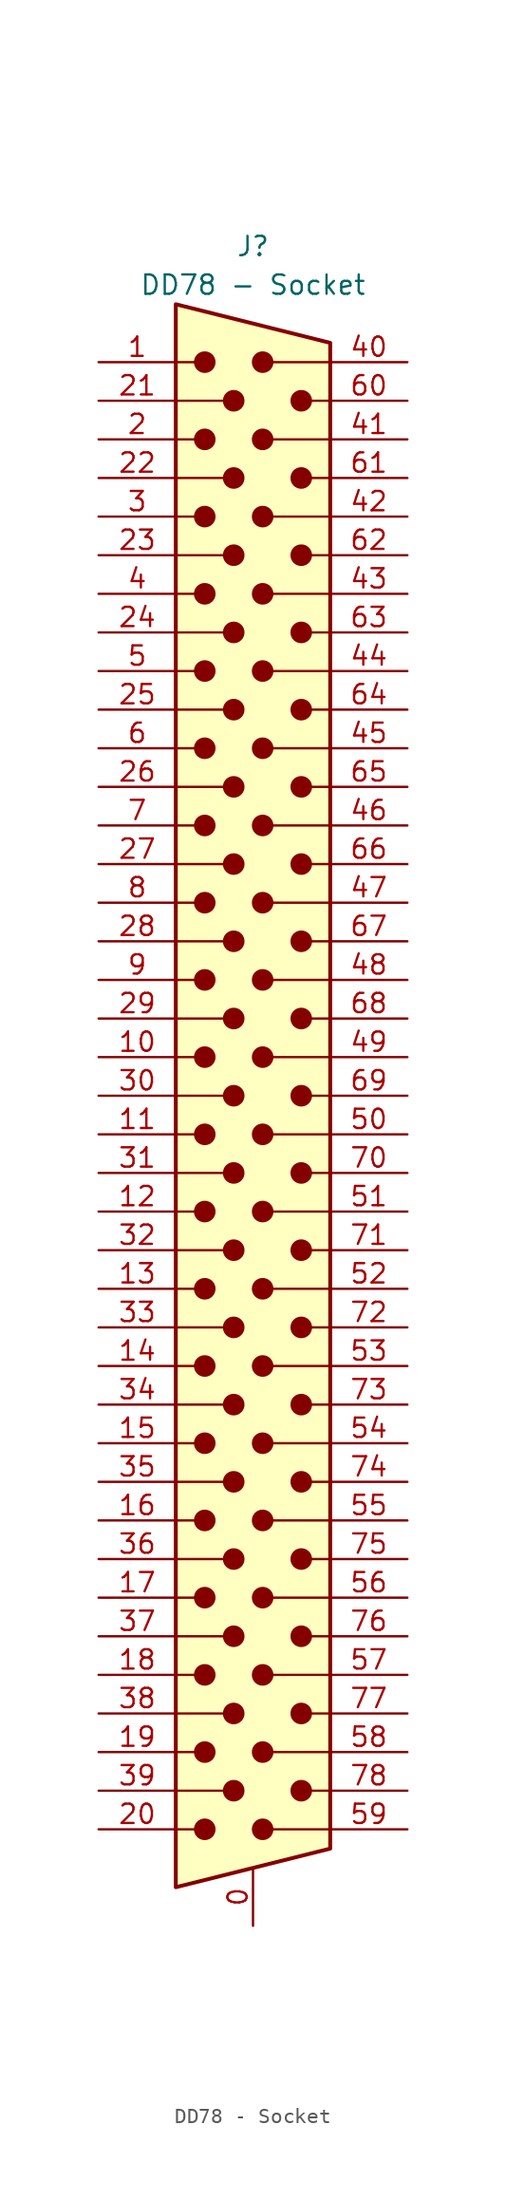
<source format=kicad_sym>
(kicad_symbol_lib
  (version 20211014)
  (generator kicad_symbol_editor)
  (symbol "DD78 - Socket"
    (pin_names
      (offset 1.016) hide)
    (property "Reference" "J"
      (at 0 55.88 0)
      (effects (font (size 1.27 1.27))))
    (property "Value" "DD78 - Socket"
      (at 0 53.34 0)
      (effects (font (size 1.27 1.27))))
    (symbol "DD78 - Socket_0_1"
      (circle (center -3.175 -48.26) (radius 0.635) (stroke (width 0) (type default) (color 0 0 0 0)) (fill (type outline)))
      (circle (center -3.175 -43.18) (radius 0.635) (stroke (width 0) (type default) (color 0 0 0 0)) (fill (type outline)))
      (circle (center -3.175 -38.1) (radius 0.635) (stroke (width 0) (type default) (color 0 0 0 0)) (fill (type outline)))
      (circle (center -3.175 -33.02) (radius 0.635) (stroke (width 0) (type default) (color 0 0 0 0)) (fill (type outline)))
      (circle (center -3.175 -27.94) (radius 0.635) (stroke (width 0) (type default) (color 0 0 0 0)) (fill (type outline)))
      (circle (center -3.175 -22.86) (radius 0.635) (stroke (width 0) (type default) (color 0 0 0 0)) (fill (type outline)))
      (circle (center -3.175 -17.78) (radius 0.635) (stroke (width 0) (type default) (color 0 0 0 0)) (fill (type outline)))
      (circle (center -3.175 -12.7) (radius 0.635) (stroke (width 0) (type default) (color 0 0 0 0)) (fill (type outline)))
      (circle (center -3.175 -7.62) (radius 0.635) (stroke (width 0) (type default) (color 0 0 0 0)) (fill (type outline)))
      (circle (center -3.175 -2.54) (radius 0.635) (stroke (width 0) (type default) (color 0 0 0 0)) (fill (type outline)))
      (circle (center -3.175 2.54) (radius 0.635) (stroke (width 0) (type default) (color 0 0 0 0)) (fill (type outline)))
      (circle (center -3.175 7.62) (radius 0.635) (stroke (width 0) (type default) (color 0 0 0 0)) (fill (type outline)))
      (circle (center -3.175 12.7) (radius 0.635) (stroke (width 0) (type default) (color 0 0 0 0)) (fill (type outline)))
      (circle (center -3.175 17.78) (radius 0.635) (stroke (width 0) (type default) (color 0 0 0 0)) (fill (type outline)))
      (circle (center -3.175 22.86) (radius 0.635) (stroke (width 0) (type default) (color 0 0 0 0)) (fill (type outline)))
      (circle (center -3.175 27.94) (radius 0.635) (stroke (width 0) (type default) (color 0 0 0 0)) (fill (type outline)))
      (circle (center -3.175 33.02) (radius 0.635) (stroke (width 0) (type default) (color 0 0 0 0)) (fill (type outline)))
      (circle (center -3.175 38.1) (radius 0.635) (stroke (width 0) (type default) (color 0 0 0 0)) (fill (type outline)))
      (circle (center -3.175 43.18) (radius 0.635) (stroke (width 0) (type default) (color 0 0 0 0)) (fill (type outline)))
      (circle (center -3.175 48.26) (radius 0.635) (stroke (width 0) (type default) (color 0 0 0 0)) (fill (type outline)))
      (circle (center -1.27 -45.72) (radius 0.635) (stroke (width 0) (type default) (color 0 0 0 0)) (fill (type outline)))
      (circle (center -1.27 -40.64) (radius 0.635) (stroke (width 0) (type default) (color 0 0 0 0)) (fill (type outline)))
      (circle (center -1.27 -35.56) (radius 0.635) (stroke (width 0) (type default) (color 0 0 0 0)) (fill (type outline)))
      (circle (center -1.27 -30.48) (radius 0.635) (stroke (width 0) (type default) (color 0 0 0 0)) (fill (type outline)))
      (circle (center -1.27 -25.4) (radius 0.635) (stroke (width 0) (type default) (color 0 0 0 0)) (fill (type outline)))
      (circle (center -1.27 -20.32) (radius 0.635) (stroke (width 0) (type default) (color 0 0 0 0)) (fill (type outline)))
      (circle (center -1.27 -15.24) (radius 0.635) (stroke (width 0) (type default) (color 0 0 0 0)) (fill (type outline)))
      (circle (center -1.27 -10.16) (radius 0.635) (stroke (width 0) (type default) (color 0 0 0 0)) (fill (type outline)))
      (circle (center -1.27 -5.08) (radius 0.635) (stroke (width 0) (type default) (color 0 0 0 0)) (fill (type outline)))
      (circle (center -1.27 0) (radius 0.635) (stroke (width 0) (type default) (color 0 0 0 0)) (fill (type outline)))
      (circle (center -1.27 5.08) (radius 0.635) (stroke (width 0) (type default) (color 0 0 0 0)) (fill (type outline)))
      (circle (center -1.27 10.16) (radius 0.635) (stroke (width 0) (type default) (color 0 0 0 0)) (fill (type outline)))
      (circle (center -1.27 15.24) (radius 0.635) (stroke (width 0) (type default) (color 0 0 0 0)) (fill (type outline)))
      (circle (center -1.27 20.32) (radius 0.635) (stroke (width 0) (type default) (color 0 0 0 0)) (fill (type outline)))
      (circle (center -1.27 25.4) (radius 0.635) (stroke (width 0) (type default) (color 0 0 0 0)) (fill (type outline)))
      (circle (center -1.27 30.48) (radius 0.635) (stroke (width 0) (type default) (color 0 0 0 0)) (fill (type outline)))
      (circle (center -1.27 35.56) (radius 0.635) (stroke (width 0) (type default) (color 0 0 0 0)) (fill (type outline)))
      (circle (center -1.27 40.64) (radius 0.635) (stroke (width 0) (type default) (color 0 0 0 0)) (fill (type outline)))
      (circle (center -1.27 45.72) (radius 0.635) (stroke (width 0) (type default) (color 0 0 0 0)) (fill (type outline)))
      (polyline (pts (xy -3.81 -48.26) (xy -5.08 -48.26)) (stroke (width 0) (type default) (color 0 0 0 0)) (fill (type none)))
      (polyline (pts (xy -3.81 -43.18) (xy -5.08 -43.18)) (stroke (width 0) (type default) (color 0 0 0 0)) (fill (type none)))
      (polyline (pts (xy -3.81 -38.1) (xy -5.08 -38.1)) (stroke (width 0) (type default) (color 0 0 0 0)) (fill (type none)))
      (polyline (pts (xy -3.81 -33.02) (xy -5.08 -33.02)) (stroke (width 0) (type default) (color 0 0 0 0)) (fill (type none)))
      (polyline (pts (xy -3.81 -27.94) (xy -5.08 -27.94)) (stroke (width 0) (type default) (color 0 0 0 0)) (fill (type none)))
      (polyline (pts (xy -3.81 -22.86) (xy -5.08 -22.86)) (stroke (width 0) (type default) (color 0 0 0 0)) (fill (type none)))
      (polyline (pts (xy -3.81 -17.78) (xy -5.08 -17.78)) (stroke (width 0) (type default) (color 0 0 0 0)) (fill (type none)))
      (polyline (pts (xy -3.81 -12.7) (xy -5.08 -12.7)) (stroke (width 0) (type default) (color 0 0 0 0)) (fill (type none)))
      (polyline (pts (xy -3.81 -7.62) (xy -5.08 -7.62)) (stroke (width 0) (type default) (color 0 0 0 0)) (fill (type none)))
      (polyline (pts (xy -3.81 -2.54) (xy -5.08 -2.54)) (stroke (width 0) (type default) (color 0 0 0 0)) (fill (type none)))
      (polyline (pts (xy -3.81 2.54) (xy -5.08 2.54)) (stroke (width 0) (type default) (color 0 0 0 0)) (fill (type none)))
      (polyline (pts (xy -3.81 7.62) (xy -5.08 7.62)) (stroke (width 0) (type default) (color 0 0 0 0)) (fill (type none)))
      (polyline (pts (xy -3.81 12.7) (xy -5.08 12.7)) (stroke (width 0) (type default) (color 0 0 0 0)) (fill (type none)))
      (polyline (pts (xy -3.81 17.78) (xy -5.08 17.78)) (stroke (width 0) (type default) (color 0 0 0 0)) (fill (type none)))
      (polyline (pts (xy -3.81 22.86) (xy -5.08 22.86)) (stroke (width 0) (type default) (color 0 0 0 0)) (fill (type none)))
      (polyline (pts (xy -3.81 27.94) (xy -5.08 27.94)) (stroke (width 0) (type default) (color 0 0 0 0)) (fill (type none)))
      (polyline (pts (xy -3.81 33.02) (xy -5.08 33.02)) (stroke (width 0) (type default) (color 0 0 0 0)) (fill (type none)))
      (polyline (pts (xy -3.81 38.1) (xy -5.08 38.1)) (stroke (width 0) (type default) (color 0 0 0 0)) (fill (type none)))
      (polyline (pts (xy -3.81 43.18) (xy -5.08 43.18)) (stroke (width 0) (type default) (color 0 0 0 0)) (fill (type none)))
      (polyline (pts (xy -3.81 48.26) (xy -5.08 48.26)) (stroke (width 0) (type default) (color 0 0 0 0)) (fill (type none)))
      (polyline (pts (xy -1.27 -45.72) (xy -5.08 -45.72)) (stroke (width 0) (type default) (color 0 0 0 0)) (fill (type none)))
      (polyline (pts (xy -1.27 -40.64) (xy -5.08 -40.64)) (stroke (width 0) (type default) (color 0 0 0 0)) (fill (type none)))
      (polyline (pts (xy -1.27 -35.56) (xy -5.08 -35.56)) (stroke (width 0) (type default) (color 0 0 0 0)) (fill (type none)))
      (polyline (pts (xy -1.27 -30.48) (xy -5.08 -30.48)) (stroke (width 0) (type default) (color 0 0 0 0)) (fill (type none)))
      (polyline (pts (xy -1.27 -25.4) (xy -5.08 -25.4)) (stroke (width 0) (type default) (color 0 0 0 0)) (fill (type none)))
      (polyline (pts (xy -1.27 -20.32) (xy -5.08 -20.32)) (stroke (width 0) (type default) (color 0 0 0 0)) (fill (type none)))
      (polyline (pts (xy -1.27 -15.24) (xy -5.08 -15.24)) (stroke (width 0) (type default) (color 0 0 0 0)) (fill (type none)))
      (polyline (pts (xy -1.27 -10.16) (xy -5.08 -10.16)) (stroke (width 0) (type default) (color 0 0 0 0)) (fill (type none)))
      (polyline (pts (xy -1.27 -5.08) (xy -5.08 -5.08)) (stroke (width 0) (type default) (color 0 0 0 0)) (fill (type none)))
      (polyline (pts (xy -1.27 0) (xy -5.08 0)) (stroke (width 0) (type default) (color 0 0 0 0)) (fill (type none)))
      (polyline (pts (xy -1.27 5.08) (xy -5.08 5.08)) (stroke (width 0) (type default) (color 0 0 0 0)) (fill (type none)))
      (polyline (pts (xy -1.27 10.16) (xy -5.08 10.16)) (stroke (width 0) (type default) (color 0 0 0 0)) (fill (type none)))
      (polyline (pts (xy -1.27 15.24) (xy -5.08 15.24)) (stroke (width 0) (type default) (color 0 0 0 0)) (fill (type none)))
      (polyline (pts (xy -1.27 20.32) (xy -5.08 20.32)) (stroke (width 0) (type default) (color 0 0 0 0)) (fill (type none)))
      (polyline (pts (xy -1.27 25.4) (xy -5.08 25.4)) (stroke (width 0) (type default) (color 0 0 0 0)) (fill (type none)))
      (polyline (pts (xy -1.27 30.48) (xy -5.08 30.48)) (stroke (width 0) (type default) (color 0 0 0 0)) (fill (type none)))
      (polyline (pts (xy -1.27 35.56) (xy -5.08 35.56)) (stroke (width 0) (type default) (color 0 0 0 0)) (fill (type none)))
      (polyline (pts (xy -1.27 40.64) (xy -5.08 40.64)) (stroke (width 0) (type default) (color 0 0 0 0)) (fill (type none)))
      (polyline (pts (xy -1.27 45.72) (xy -5.08 45.72)) (stroke (width 0) (type default) (color 0 0 0 0)) (fill (type none)))
      (polyline (pts (xy 5.08 -48.26) (xy 1.27 -48.26)) (stroke (width 0) (type default) (color 0 0 0 0)) (fill (type none)))
      (polyline (pts (xy 5.08 -45.72) (xy 3.81 -45.72)) (stroke (width 0) (type default) (color 0 0 0 0)) (fill (type none)))
      (polyline (pts (xy 5.08 -43.18) (xy 1.27 -43.18)) (stroke (width 0) (type default) (color 0 0 0 0)) (fill (type none)))
      (polyline (pts (xy 5.08 -40.64) (xy 3.81 -40.64)) (stroke (width 0) (type default) (color 0 0 0 0)) (fill (type none)))
      (polyline (pts (xy 5.08 -38.1) (xy 1.27 -38.1)) (stroke (width 0) (type default) (color 0 0 0 0)) (fill (type none)))
      (polyline (pts (xy 5.08 -35.56) (xy 3.81 -35.56)) (stroke (width 0) (type default) (color 0 0 0 0)) (fill (type none)))
      (polyline (pts (xy 5.08 -33.02) (xy 1.27 -33.02)) (stroke (width 0) (type default) (color 0 0 0 0)) (fill (type none)))
      (polyline (pts (xy 5.08 -30.48) (xy 3.81 -30.48)) (stroke (width 0) (type default) (color 0 0 0 0)) (fill (type none)))
      (polyline (pts (xy 5.08 -27.94) (xy 1.27 -27.94)) (stroke (width 0) (type default) (color 0 0 0 0)) (fill (type none)))
      (polyline (pts (xy 5.08 -25.4) (xy 3.81 -25.4)) (stroke (width 0) (type default) (color 0 0 0 0)) (fill (type none)))
      (polyline (pts (xy 5.08 -22.86) (xy 1.27 -22.86)) (stroke (width 0) (type default) (color 0 0 0 0)) (fill (type none)))
      (polyline (pts (xy 5.08 -20.32) (xy 3.81 -20.32)) (stroke (width 0) (type default) (color 0 0 0 0)) (fill (type none)))
      (polyline (pts (xy 5.08 -17.78) (xy 1.27 -17.78)) (stroke (width 0) (type default) (color 0 0 0 0)) (fill (type none)))
      (polyline (pts (xy 5.08 -15.24) (xy 3.81 -15.24)) (stroke (width 0) (type default) (color 0 0 0 0)) (fill (type none)))
      (polyline (pts (xy 5.08 -12.7) (xy 1.27 -12.7)) (stroke (width 0) (type default) (color 0 0 0 0)) (fill (type none)))
      (polyline (pts (xy 5.08 -10.16) (xy 3.81 -10.16)) (stroke (width 0) (type default) (color 0 0 0 0)) (fill (type none)))
      (polyline (pts (xy 5.08 -7.62) (xy 1.27 -7.62)) (stroke (width 0) (type default) (color 0 0 0 0)) (fill (type none)))
      (polyline (pts (xy 5.08 -5.08) (xy 3.81 -5.08)) (stroke (width 0) (type default) (color 0 0 0 0)) (fill (type none)))
      (polyline (pts (xy 5.08 -2.54) (xy 1.27 -2.54)) (stroke (width 0) (type default) (color 0 0 0 0)) (fill (type none)))
      (polyline (pts (xy 5.08 0) (xy 3.81 0)) (stroke (width 0) (type default) (color 0 0 0 0)) (fill (type none)))
      (polyline (pts (xy 5.08 2.54) (xy 1.27 2.54)) (stroke (width 0) (type default) (color 0 0 0 0)) (fill (type none)))
      (polyline (pts (xy 5.08 5.08) (xy 3.81 5.08)) (stroke (width 0) (type default) (color 0 0 0 0)) (fill (type none)))
      (polyline (pts (xy 5.08 7.62) (xy 1.27 7.62)) (stroke (width 0) (type default) (color 0 0 0 0)) (fill (type none)))
      (polyline (pts (xy 5.08 10.16) (xy 3.81 10.16)) (stroke (width 0) (type default) (color 0 0 0 0)) (fill (type none)))
      (polyline (pts (xy 5.08 12.7) (xy 1.27 12.7)) (stroke (width 0) (type default) (color 0 0 0 0)) (fill (type none)))
      (polyline (pts (xy 5.08 15.24) (xy 3.81 15.24)) (stroke (width 0) (type default) (color 0 0 0 0)) (fill (type none)))
      (polyline (pts (xy 5.08 17.78) (xy 1.27 17.78)) (stroke (width 0) (type default) (color 0 0 0 0)) (fill (type none)))
      (polyline (pts (xy 5.08 20.32) (xy 3.81 20.32)) (stroke (width 0) (type default) (color 0 0 0 0)) (fill (type none)))
      (polyline (pts (xy 5.08 22.86) (xy 1.27 22.86)) (stroke (width 0) (type default) (color 0 0 0 0)) (fill (type none)))
      (polyline (pts (xy 5.08 25.4) (xy 3.81 25.4)) (stroke (width 0) (type default) (color 0 0 0 0)) (fill (type none)))
      (polyline (pts (xy 5.08 27.94) (xy 1.27 27.94)) (stroke (width 0) (type default) (color 0 0 0 0)) (fill (type none)))
      (polyline (pts (xy 5.08 30.48) (xy 3.81 30.48)) (stroke (width 0) (type default) (color 0 0 0 0)) (fill (type none)))
      (polyline (pts (xy 5.08 33.02) (xy 1.27 33.02)) (stroke (width 0) (type default) (color 0 0 0 0)) (fill (type none)))
      (polyline (pts (xy 5.08 35.56) (xy 3.81 35.56)) (stroke (width 0) (type default) (color 0 0 0 0)) (fill (type none)))
      (polyline (pts (xy 5.08 38.1) (xy 1.27 38.1)) (stroke (width 0) (type default) (color 0 0 0 0)) (fill (type none)))
      (polyline (pts (xy 5.08 40.64) (xy 3.81 40.64)) (stroke (width 0) (type default) (color 0 0 0 0)) (fill (type none)))
      (polyline (pts (xy 5.08 43.18) (xy 1.27 43.18)) (stroke (width 0) (type default) (color 0 0 0 0)) (fill (type none)))
      (polyline (pts (xy 5.08 45.72) (xy 3.81 45.72)) (stroke (width 0) (type default) (color 0 0 0 0)) (fill (type none)))
      (polyline (pts (xy 5.08 48.26) (xy 1.27 48.26)) (stroke (width 0) (type default) (color 0 0 0 0)) (fill (type none)))
      (polyline (pts (xy -5.08 52.07) (xy -5.08 -52.07) (xy 5.08 -49.53) (xy 5.08 49.53) (xy -5.08 52.07)) (stroke (width 0.254) (type default) (color 0 0 0 0)) (fill (type background)))
      (circle (center 0.635 -48.26) (radius 0.635) (stroke (width 0) (type default) (color 0 0 0 0)) (fill (type outline)))
      (circle (center 0.635 -43.18) (radius 0.635) (stroke (width 0) (type default) (color 0 0 0 0)) (fill (type outline)))
      (circle (center 0.635 -38.1) (radius 0.635) (stroke (width 0) (type default) (color 0 0 0 0)) (fill (type outline)))
      (circle (center 0.635 -33.02) (radius 0.635) (stroke (width 0) (type default) (color 0 0 0 0)) (fill (type outline)))
      (circle (center 0.635 -27.94) (radius 0.635) (stroke (width 0) (type default) (color 0 0 0 0)) (fill (type outline)))
      (circle (center 0.635 -22.86) (radius 0.635) (stroke (width 0) (type default) (color 0 0 0 0)) (fill (type outline)))
      (circle (center 0.635 -17.78) (radius 0.635) (stroke (width 0) (type default) (color 0 0 0 0)) (fill (type outline)))
      (circle (center 0.635 -12.7) (radius 0.635) (stroke (width 0) (type default) (color 0 0 0 0)) (fill (type outline)))
      (circle (center 0.635 -7.62) (radius 0.635) (stroke (width 0) (type default) (color 0 0 0 0)) (fill (type outline)))
      (circle (center 0.635 -2.54) (radius 0.635) (stroke (width 0) (type default) (color 0 0 0 0)) (fill (type outline)))
      (circle (center 0.635 2.54) (radius 0.635) (stroke (width 0) (type default) (color 0 0 0 0)) (fill (type outline)))
      (circle (center 0.635 7.62) (radius 0.635) (stroke (width 0) (type default) (color 0 0 0 0)) (fill (type outline)))
      (circle (center 0.635 12.7) (radius 0.635) (stroke (width 0) (type default) (color 0 0 0 0)) (fill (type outline)))
      (circle (center 0.635 17.78) (radius 0.635) (stroke (width 0) (type default) (color 0 0 0 0)) (fill (type outline)))
      (circle (center 0.635 22.86) (radius 0.635) (stroke (width 0) (type default) (color 0 0 0 0)) (fill (type outline)))
      (circle (center 0.635 27.94) (radius 0.635) (stroke (width 0) (type default) (color 0 0 0 0)) (fill (type outline)))
      (circle (center 0.635 33.02) (radius 0.635) (stroke (width 0) (type default) (color 0 0 0 0)) (fill (type outline)))
      (circle (center 0.635 38.1) (radius 0.635) (stroke (width 0) (type default) (color 0 0 0 0)) (fill (type outline)))
      (circle (center 0.635 43.18) (radius 0.635) (stroke (width 0) (type default) (color 0 0 0 0)) (fill (type outline)))
      (circle (center 0.635 48.26) (radius 0.635) (stroke (width 0) (type default) (color 0 0 0 0)) (fill (type outline)))
      (circle (center 3.175 -45.72) (radius 0.635) (stroke (width 0) (type default) (color 0 0 0 0)) (fill (type outline)))
      (circle (center 3.175 -40.64) (radius 0.635) (stroke (width 0) (type default) (color 0 0 0 0)) (fill (type outline)))
      (circle (center 3.175 -35.56) (radius 0.635) (stroke (width 0) (type default) (color 0 0 0 0)) (fill (type outline)))
      (circle (center 3.175 -30.48) (radius 0.635) (stroke (width 0) (type default) (color 0 0 0 0)) (fill (type outline)))
      (circle (center 3.175 -25.4) (radius 0.635) (stroke (width 0) (type default) (color 0 0 0 0)) (fill (type outline)))
      (circle (center 3.175 -20.32) (radius 0.635) (stroke (width 0) (type default) (color 0 0 0 0)) (fill (type outline)))
      (circle (center 3.175 -15.24) (radius 0.635) (stroke (width 0) (type default) (color 0 0 0 0)) (fill (type outline)))
      (circle (center 3.175 -10.16) (radius 0.635) (stroke (width 0) (type default) (color 0 0 0 0)) (fill (type outline)))
      (circle (center 3.175 -5.08) (radius 0.635) (stroke (width 0) (type default) (color 0 0 0 0)) (fill (type outline)))
      (circle (center 3.175 0) (radius 0.635) (stroke (width 0) (type default) (color 0 0 0 0)) (fill (type outline)))
      (circle (center 3.175 5.08) (radius 0.635) (stroke (width 0) (type default) (color 0 0 0 0)) (fill (type outline)))
      (circle (center 3.175 10.16) (radius 0.635) (stroke (width 0) (type default) (color 0 0 0 0)) (fill (type outline)))
      (circle (center 3.175 15.24) (radius 0.635) (stroke (width 0) (type default) (color 0 0 0 0)) (fill (type outline)))
      (circle (center 3.175 20.32) (radius 0.635) (stroke (width 0) (type default) (color 0 0 0 0)) (fill (type outline)))
      (circle (center 3.175 25.4) (radius 0.635) (stroke (width 0) (type default) (color 0 0 0 0)) (fill (type outline)))
      (circle (center 3.175 30.48) (radius 0.635) (stroke (width 0) (type default) (color 0 0 0 0)) (fill (type outline)))
      (circle (center 3.175 35.56) (radius 0.635) (stroke (width 0) (type default) (color 0 0 0 0)) (fill (type outline)))
      (circle (center 3.175 40.64) (radius 0.635) (stroke (width 0) (type default) (color 0 0 0 0)) (fill (type outline)))
      (circle (center 3.175 45.72) (radius 0.635) (stroke (width 0) (type default) (color 0 0 0 0)) (fill (type outline))))
    (symbol "DD78 - Socket_1_1"
      (pin passive line (at 0 -54.61 90) (length 3.81) (name "0" (effects (font (size 1.27 1.27)))) (number "0" (effects (font (size 1.27 1.27)))))
      (pin passive line (at -10.16 48.26 0) (length 5.08) (name "1" (effects (font (size 1.27 1.27)))) (number "1" (effects (font (size 1.27 1.27)))))
      (pin passive line (at -10.16 2.54 0) (length 5.08) (name "10" (effects (font (size 1.27 1.27)))) (number "10" (effects (font (size 1.27 1.27)))))
      (pin passive line (at -10.16 -2.54 0) (length 5.08) (name "11" (effects (font (size 1.27 1.27)))) (number "11" (effects (font (size 1.27 1.27)))))
      (pin passive line (at -10.16 -7.62 0) (length 5.08) (name "12" (effects (font (size 1.27 1.27)))) (number "12" (effects (font (size 1.27 1.27)))))
      (pin passive line (at -10.16 -12.7 0) (length 5.08) (name "13" (effects (font (size 1.27 1.27)))) (number "13" (effects (font (size 1.27 1.27)))))
      (pin passive line (at -10.16 -17.78 0) (length 5.08) (name "14" (effects (font (size 1.27 1.27)))) (number "14" (effects (font (size 1.27 1.27)))))
      (pin passive line (at -10.16 -22.86 0) (length 5.08) (name "15" (effects (font (size 1.27 1.27)))) (number "15" (effects (font (size 1.27 1.27)))))
      (pin passive line (at -10.16 -27.94 0) (length 5.08) (name "16" (effects (font (size 1.27 1.27)))) (number "16" (effects (font (size 1.27 1.27)))))
      (pin passive line (at -10.16 -33.02 0) (length 5.08) (name "17" (effects (font (size 1.27 1.27)))) (number "17" (effects (font (size 1.27 1.27)))))
      (pin passive line (at -10.16 -38.1 0) (length 5.08) (name "18" (effects (font (size 1.27 1.27)))) (number "18" (effects (font (size 1.27 1.27)))))
      (pin passive line (at -10.16 -43.18 0) (length 5.08) (name "19" (effects (font (size 1.27 1.27)))) (number "19" (effects (font (size 1.27 1.27)))))
      (pin passive line (at -10.16 43.18 0) (length 5.08) (name "2" (effects (font (size 1.27 1.27)))) (number "2" (effects (font (size 1.27 1.27)))))
      (pin passive line (at -10.16 -48.26 0) (length 5.08) (name "20" (effects (font (size 1.27 1.27)))) (number "20" (effects (font (size 1.27 1.27)))))
      (pin passive line (at -10.16 45.72 0) (length 5.08) (name "21" (effects (font (size 1.27 1.27)))) (number "21" (effects (font (size 1.27 1.27)))))
      (pin passive line (at -10.16 40.64 0) (length 5.08) (name "22" (effects (font (size 1.27 1.27)))) (number "22" (effects (font (size 1.27 1.27)))))
      (pin passive line (at -10.16 35.56 0) (length 5.08) (name "23" (effects (font (size 1.27 1.27)))) (number "23" (effects (font (size 1.27 1.27)))))
      (pin passive line (at -10.16 30.48 0) (length 5.08) (name "24" (effects (font (size 1.27 1.27)))) (number "24" (effects (font (size 1.27 1.27)))))
      (pin passive line (at -10.16 25.4 0) (length 5.08) (name "25" (effects (font (size 1.27 1.27)))) (number "25" (effects (font (size 1.27 1.27)))))
      (pin passive line (at -10.16 20.32 0) (length 5.08) (name "26" (effects (font (size 1.27 1.27)))) (number "26" (effects (font (size 1.27 1.27)))))
      (pin passive line (at -10.16 15.24 0) (length 5.08) (name "27" (effects (font (size 1.27 1.27)))) (number "27" (effects (font (size 1.27 1.27)))))
      (pin passive line (at -10.16 10.16 0) (length 5.08) (name "28" (effects (font (size 1.27 1.27)))) (number "28" (effects (font (size 1.27 1.27)))))
      (pin passive line (at -10.16 5.08 0) (length 5.08) (name "29" (effects (font (size 1.27 1.27)))) (number "29" (effects (font (size 1.27 1.27)))))
      (pin passive line (at -10.16 38.1 0) (length 5.08) (name "3" (effects (font (size 1.27 1.27)))) (number "3" (effects (font (size 1.27 1.27)))))
      (pin passive line (at -10.16 0 0) (length 5.08) (name "30" (effects (font (size 1.27 1.27)))) (number "30" (effects (font (size 1.27 1.27)))))
      (pin passive line (at -10.16 -5.08 0) (length 5.08) (name "31" (effects (font (size 1.27 1.27)))) (number "31" (effects (font (size 1.27 1.27)))))
      (pin passive line (at -10.16 -10.16 0) (length 5.08) (name "32" (effects (font (size 1.27 1.27)))) (number "32" (effects (font (size 1.27 1.27)))))
      (pin passive line (at -10.16 -15.24 0) (length 5.08) (name "33" (effects (font (size 1.27 1.27)))) (number "33" (effects (font (size 1.27 1.27)))))
      (pin passive line (at -10.16 -20.32 0) (length 5.08) (name "34" (effects (font (size 1.27 1.27)))) (number "34" (effects (font (size 1.27 1.27)))))
      (pin passive line (at -10.16 -25.4 0) (length 5.08) (name "35" (effects (font (size 1.27 1.27)))) (number "35" (effects (font (size 1.27 1.27)))))
      (pin passive line (at -10.16 -30.48 0) (length 5.08) (name "36" (effects (font (size 1.27 1.27)))) (number "36" (effects (font (size 1.27 1.27)))))
      (pin passive line (at -10.16 -35.56 0) (length 5.08) (name "37" (effects (font (size 1.27 1.27)))) (number "37" (effects (font (size 1.27 1.27)))))
      (pin passive line (at -10.16 -40.64 0) (length 5.08) (name "38" (effects (font (size 1.27 1.27)))) (number "38" (effects (font (size 1.27 1.27)))))
      (pin passive line (at -10.16 -45.72 0) (length 5.08) (name "39" (effects (font (size 1.27 1.27)))) (number "39" (effects (font (size 1.27 1.27)))))
      (pin passive line (at -10.16 33.02 0) (length 5.08) (name "4" (effects (font (size 1.27 1.27)))) (number "4" (effects (font (size 1.27 1.27)))))
      (pin passive line (at 10.16 48.26 180) (length 5.08) (name "40" (effects (font (size 1.27 1.27)))) (number "40" (effects (font (size 1.27 1.27)))))
      (pin passive line (at 10.16 43.18 180) (length 5.08) (name "41" (effects (font (size 1.27 1.27)))) (number "41" (effects (font (size 1.27 1.27)))))
      (pin passive line (at 10.16 38.1 180) (length 5.08) (name "42" (effects (font (size 1.27 1.27)))) (number "42" (effects (font (size 1.27 1.27)))))
      (pin passive line (at 10.16 33.02 180) (length 5.08) (name "43" (effects (font (size 1.27 1.27)))) (number "43" (effects (font (size 1.27 1.27)))))
      (pin passive line (at 10.16 27.94 180) (length 5.08) (name "44" (effects (font (size 1.27 1.27)))) (number "44" (effects (font (size 1.27 1.27)))))
      (pin passive line (at 10.16 22.86 180) (length 5.08) (name "45" (effects (font (size 1.27 1.27)))) (number "45" (effects (font (size 1.27 1.27)))))
      (pin passive line (at 10.16 17.78 180) (length 5.08) (name "46" (effects (font (size 1.27 1.27)))) (number "46" (effects (font (size 1.27 1.27)))))
      (pin passive line (at 10.16 12.7 180) (length 5.08) (name "47" (effects (font (size 1.27 1.27)))) (number "47" (effects (font (size 1.27 1.27)))))
      (pin passive line (at 10.16 7.62 180) (length 5.08) (name "48" (effects (font (size 1.27 1.27)))) (number "48" (effects (font (size 1.27 1.27)))))
      (pin passive line (at 10.16 2.54 180) (length 5.08) (name "49" (effects (font (size 1.27 1.27)))) (number "49" (effects (font (size 1.27 1.27)))))
      (pin passive line (at -10.16 27.94 0) (length 5.08) (name "5" (effects (font (size 1.27 1.27)))) (number "5" (effects (font (size 1.27 1.27)))))
      (pin passive line (at 10.16 -2.54 180) (length 5.08) (name "50" (effects (font (size 1.27 1.27)))) (number "50" (effects (font (size 1.27 1.27)))))
      (pin passive line (at 10.16 -7.62 180) (length 5.08) (name "51" (effects (font (size 1.27 1.27)))) (number "51" (effects (font (size 1.27 1.27)))))
      (pin passive line (at 10.16 -12.7 180) (length 5.08) (name "52" (effects (font (size 1.27 1.27)))) (number "52" (effects (font (size 1.27 1.27)))))
      (pin passive line (at 10.16 -17.78 180) (length 5.08) (name "53" (effects (font (size 1.27 1.27)))) (number "53" (effects (font (size 1.27 1.27)))))
      (pin passive line (at 10.16 -22.86 180) (length 5.08) (name "54" (effects (font (size 1.27 1.27)))) (number "54" (effects (font (size 1.27 1.27)))))
      (pin passive line (at 10.16 -27.94 180) (length 5.08) (name "55" (effects (font (size 1.27 1.27)))) (number "55" (effects (font (size 1.27 1.27)))))
      (pin passive line (at 10.16 -33.02 180) (length 5.08) (name "56" (effects (font (size 1.27 1.27)))) (number "56" (effects (font (size 1.27 1.27)))))
      (pin passive line (at 10.16 -38.1 180) (length 5.08) (name "57" (effects (font (size 1.27 1.27)))) (number "57" (effects (font (size 1.27 1.27)))))
      (pin passive line (at 10.16 -43.18 180) (length 5.08) (name "58" (effects (font (size 1.27 1.27)))) (number "58" (effects (font (size 1.27 1.27)))))
      (pin passive line (at 10.16 -48.26 180) (length 5.08) (name "59" (effects (font (size 1.27 1.27)))) (number "59" (effects (font (size 1.27 1.27)))))
      (pin passive line (at -10.16 22.86 0) (length 5.08) (name "6" (effects (font (size 1.27 1.27)))) (number "6" (effects (font (size 1.27 1.27)))))
      (pin passive line (at 10.16 45.72 180) (length 5.08) (name "60" (effects (font (size 1.27 1.27)))) (number "60" (effects (font (size 1.27 1.27)))))
      (pin passive line (at 10.16 40.64 180) (length 5.08) (name "61" (effects (font (size 1.27 1.27)))) (number "61" (effects (font (size 1.27 1.27)))))
      (pin passive line (at 10.16 35.56 180) (length 5.08) (name "62" (effects (font (size 1.27 1.27)))) (number "62" (effects (font (size 1.27 1.27)))))
      (pin passive line (at 10.16 30.48 180) (length 5.08) (name "63" (effects (font (size 1.27 1.27)))) (number "63" (effects (font (size 1.27 1.27)))))
      (pin passive line (at 10.16 25.4 180) (length 5.08) (name "64" (effects (font (size 1.27 1.27)))) (number "64" (effects (font (size 1.27 1.27)))))
      (pin passive line (at 10.16 20.32 180) (length 5.08) (name "65" (effects (font (size 1.27 1.27)))) (number "65" (effects (font (size 1.27 1.27)))))
      (pin passive line (at 10.16 15.24 180) (length 5.08) (name "66" (effects (font (size 1.27 1.27)))) (number "66" (effects (font (size 1.27 1.27)))))
      (pin passive line (at 10.16 10.16 180) (length 5.08) (name "67" (effects (font (size 1.27 1.27)))) (number "67" (effects (font (size 1.27 1.27)))))
      (pin passive line (at 10.16 5.08 180) (length 5.08) (name "68" (effects (font (size 1.27 1.27)))) (number "68" (effects (font (size 1.27 1.27)))))
      (pin passive line (at 10.16 0 180) (length 5.08) (name "69" (effects (font (size 1.27 1.27)))) (number "69" (effects (font (size 1.27 1.27)))))
      (pin passive line (at -10.16 17.78 0) (length 5.08) (name "7" (effects (font (size 1.27 1.27)))) (number "7" (effects (font (size 1.27 1.27)))))
      (pin passive line (at 10.16 -5.08 180) (length 5.08) (name "70" (effects (font (size 1.27 1.27)))) (number "70" (effects (font (size 1.27 1.27)))))
      (pin passive line (at 10.16 -10.16 180) (length 5.08) (name "71" (effects (font (size 1.27 1.27)))) (number "71" (effects (font (size 1.27 1.27)))))
      (pin passive line (at 10.16 -15.24 180) (length 5.08) (name "72" (effects (font (size 1.27 1.27)))) (number "72" (effects (font (size 1.27 1.27)))))
      (pin passive line (at 10.16 -20.32 180) (length 5.08) (name "73" (effects (font (size 1.27 1.27)))) (number "73" (effects (font (size 1.27 1.27)))))
      (pin passive line (at 10.16 -25.4 180) (length 5.08) (name "74" (effects (font (size 1.27 1.27)))) (number "74" (effects (font (size 1.27 1.27)))))
      (pin passive line (at 10.16 -30.48 180) (length 5.08) (name "75" (effects (font (size 1.27 1.27)))) (number "75" (effects (font (size 1.27 1.27)))))
      (pin passive line (at 10.16 -35.56 180) (length 5.08) (name "76" (effects (font (size 1.27 1.27)))) (number "76" (effects (font (size 1.27 1.27)))))
      (pin passive line (at 10.16 -40.64 180) (length 5.08) (name "77" (effects (font (size 1.27 1.27)))) (number "77" (effects (font (size 1.27 1.27)))))
      (pin passive line (at 10.16 -45.72 180) (length 5.08) (name "78" (effects (font (size 1.27 1.27)))) (number "78" (effects (font (size 1.27 1.27)))))
      (pin passive line (at -10.16 12.7 0) (length 5.08) (name "8" (effects (font (size 1.27 1.27)))) (number "8" (effects (font (size 1.27 1.27)))))
      (pin passive line (at -10.16 7.62 0) (length 5.08) (name "9" (effects (font (size 1.27 1.27)))) (number "9" (effects (font (size 1.27 1.27))))))))
</source>
